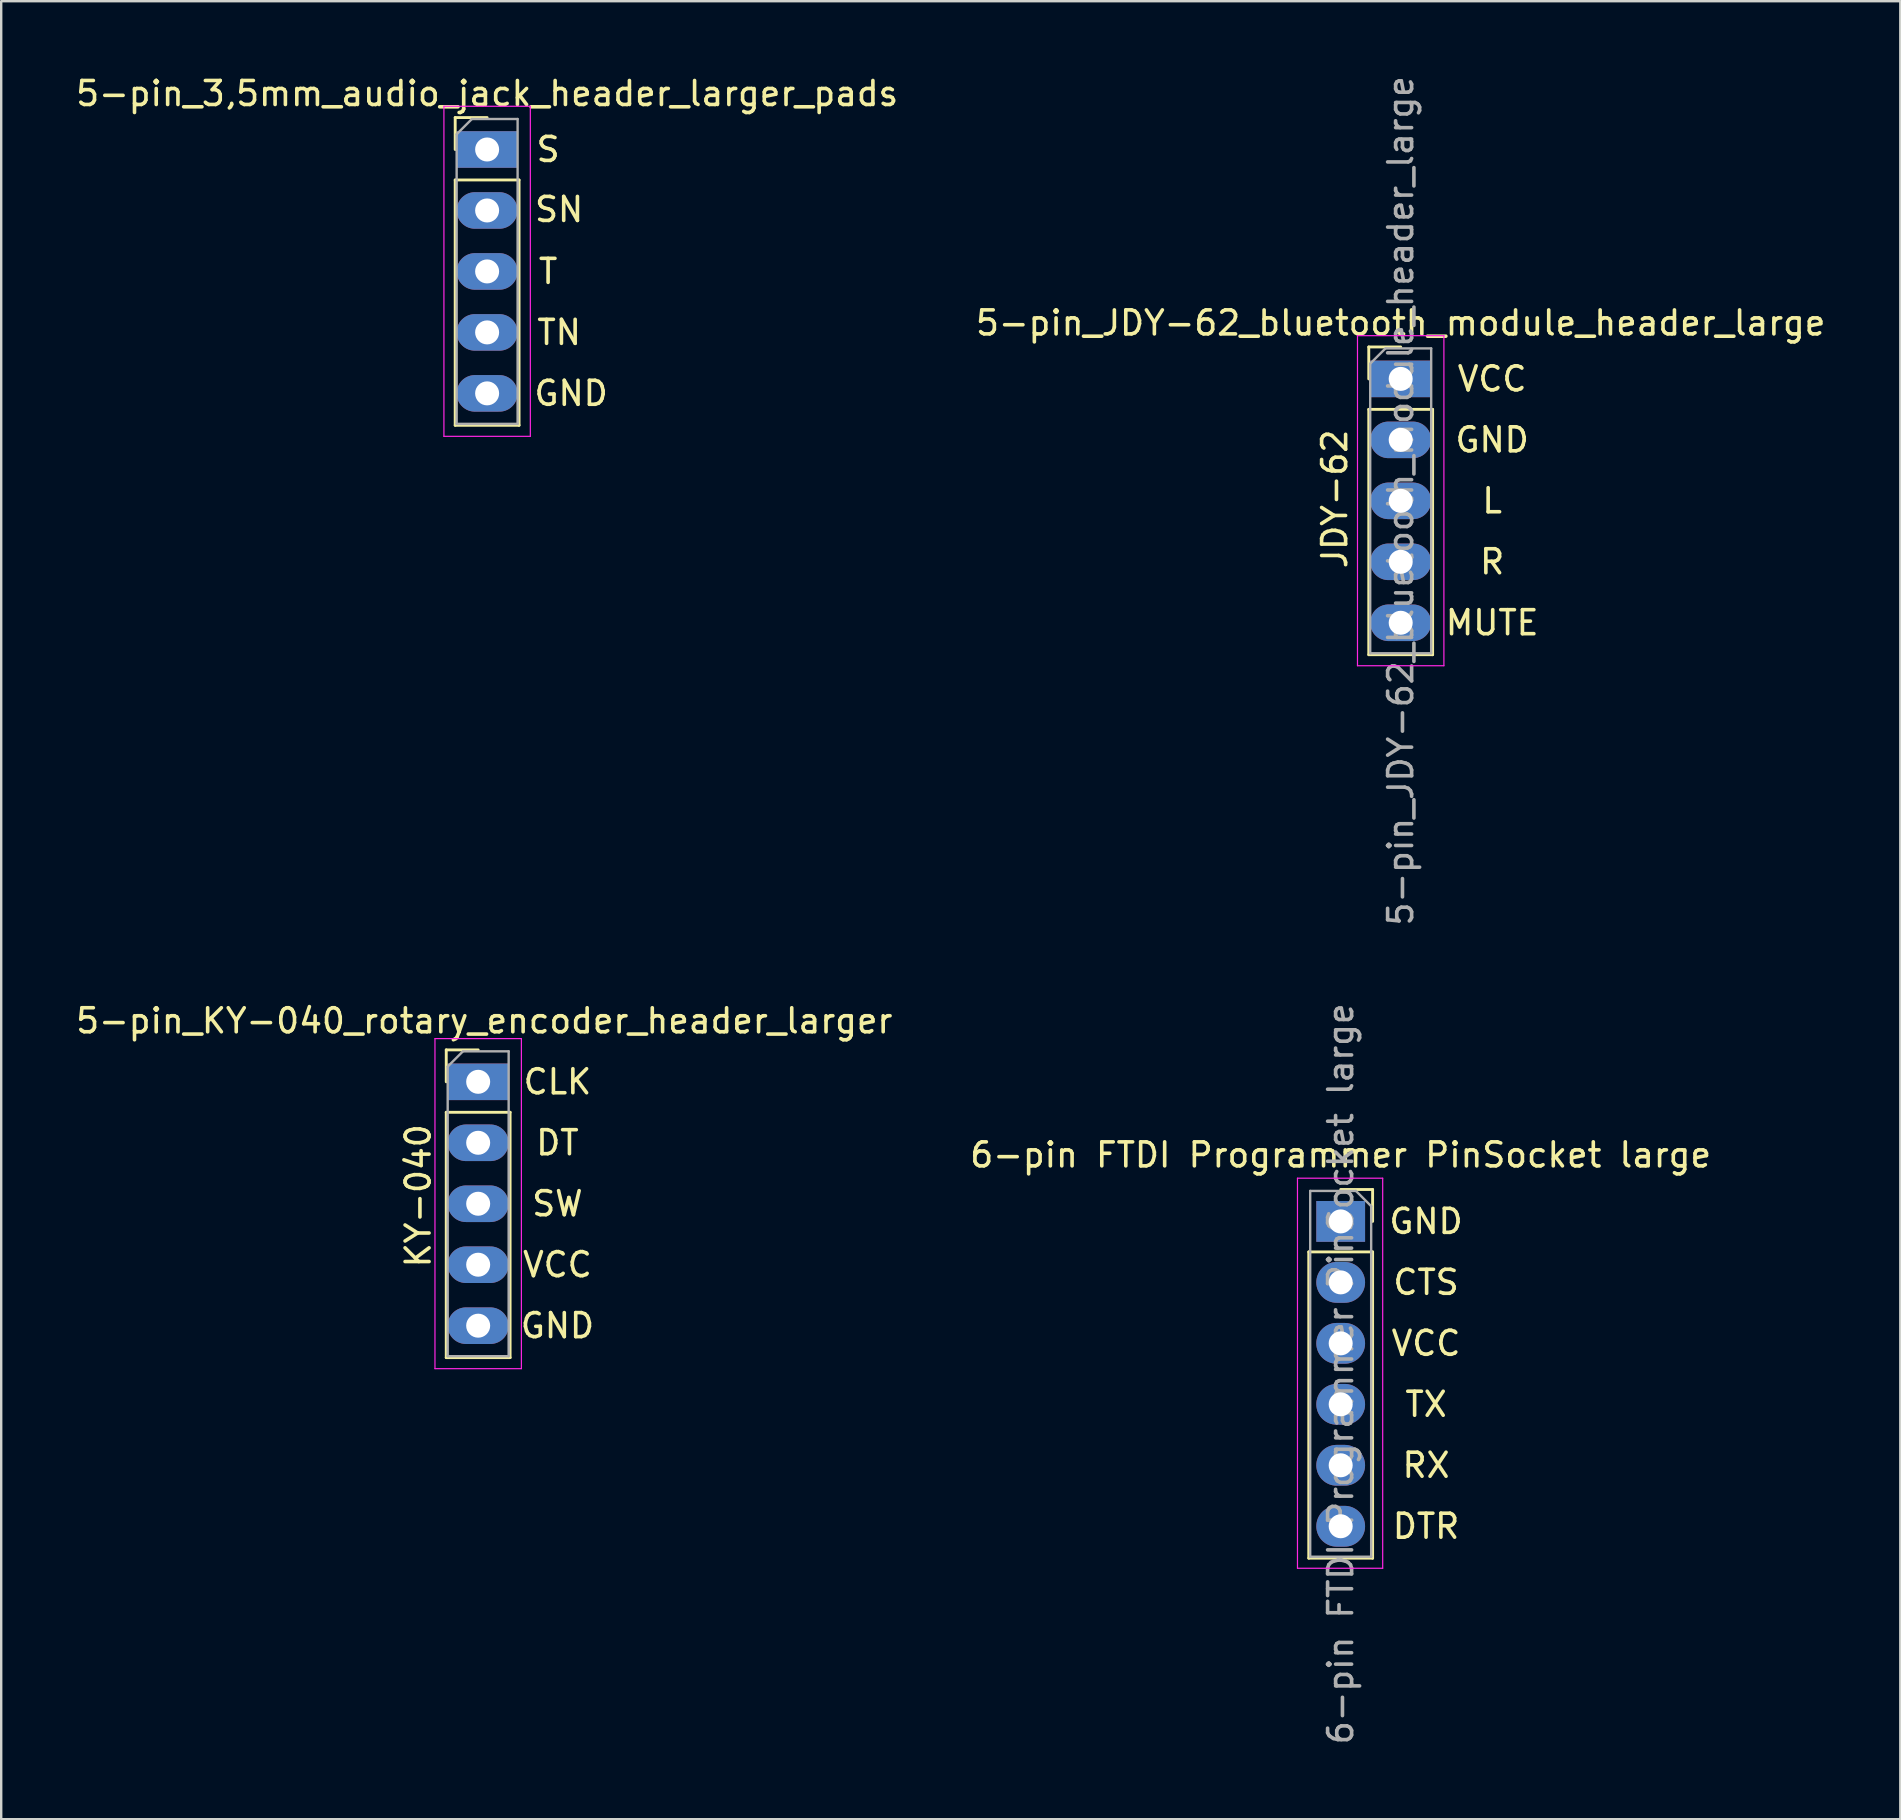
<source format=kicad_pcb>
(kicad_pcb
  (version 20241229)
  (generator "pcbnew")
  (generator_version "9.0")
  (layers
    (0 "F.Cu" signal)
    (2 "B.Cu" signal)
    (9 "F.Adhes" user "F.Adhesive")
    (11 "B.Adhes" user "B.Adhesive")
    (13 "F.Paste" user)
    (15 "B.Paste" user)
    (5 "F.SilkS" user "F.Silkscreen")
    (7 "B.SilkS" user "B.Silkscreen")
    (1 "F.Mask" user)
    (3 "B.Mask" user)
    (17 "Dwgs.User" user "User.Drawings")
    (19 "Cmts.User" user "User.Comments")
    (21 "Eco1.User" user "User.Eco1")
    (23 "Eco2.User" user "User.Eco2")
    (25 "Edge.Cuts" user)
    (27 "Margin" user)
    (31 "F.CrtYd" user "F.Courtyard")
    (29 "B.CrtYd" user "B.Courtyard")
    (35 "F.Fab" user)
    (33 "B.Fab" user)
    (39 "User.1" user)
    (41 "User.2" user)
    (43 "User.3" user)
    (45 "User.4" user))
  (footprint "5-pin_KY-040_rotary_encoder_header_larger"
    (layer "F.Cu")
    (at 16.871 42.019)
    (property "Reference" "5-pin_KY-040_rotary_encoder_header_larger" (at 0.254 -2.54 0) (layer "F.SilkS") (effects (font (size 1 1) (thickness 0.15))))
    (attr through_hole)
    (fp_line (start -1.33 -1.33) (end 0 -1.33) (stroke (width 0.12) (type solid)) (layer "F.SilkS"))
    (fp_line (start -1.33 0) (end -1.33 -1.33) (stroke (width 0.12) (type solid)) (layer "F.SilkS"))
    (fp_line (start -1.33 1.27) (end -1.33 11.49) (stroke (width 0.12) (type solid)) (layer "F.SilkS"))
    (fp_line (start -1.33 1.27) (end 1.33 1.27) (stroke (width 0.12) (type solid)) (layer "F.SilkS"))
    (fp_line (start -1.33 11.49) (end 1.33 11.49) (stroke (width 0.12) (type solid)) (layer "F.SilkS"))
    (fp_line (start 1.33 1.27) (end 1.33 11.49) (stroke (width 0.12) (type solid)) (layer "F.SilkS"))
    (fp_line (start -1.8 -1.8) (end -1.8 11.95) (stroke (width 0.05) (type solid)) (layer "F.CrtYd"))
    (fp_line (start -1.8 11.95) (end 1.8 11.95) (stroke (width 0.05) (type solid)) (layer "F.CrtYd"))
    (fp_line (start 1.8 -1.8) (end -1.8 -1.8) (stroke (width 0.05) (type solid)) (layer "F.CrtYd"))
    (fp_line (start 1.8 11.95) (end 1.8 -1.8) (stroke (width 0.05) (type solid)) (layer "F.CrtYd"))
    (fp_line (start -1.27 -0.635) (end -0.635 -1.27) (stroke (width 0.1) (type solid)) (layer "F.Fab"))
    (fp_line (start -1.27 11.43) (end -1.27 -0.635) (stroke (width 0.1) (type solid)) (layer "F.Fab"))
    (fp_line (start -0.635 -1.27) (end 1.27 -1.27) (stroke (width 0.1) (type solid)) (layer "F.Fab"))
    (fp_line (start 1.27 -1.27) (end 1.27 11.43) (stroke (width 0.1) (type solid)) (layer "F.Fab"))
    (fp_line (start 1.27 11.43) (end -1.27 11.43) (stroke (width 0.1) (type solid)) (layer "F.Fab"))
    (fp_text user "DT" (at 3.302 2.54 0) (layer "F.SilkS") (effects (font (size 1 1) (thickness 0.15))))
    (fp_text user "KY-040" (at -2.5 4.75 90) (layer "F.SilkS") (effects (font (size 1 1) (thickness 0.15))))
    (fp_text user "CLK" (at 3.302 0 0) (layer "F.SilkS") (effects (font (size 1 1) (thickness 0.15))))
    (fp_text user "GND" (at 3.302 10.16 0) (layer "F.SilkS") (effects (font (size 1 1) (thickness 0.15))))
    (fp_text user "VCC" (at 3.302 7.62 0) (layer "F.SilkS") (effects (font (size 1 1) (thickness 0.15))))
    (fp_text user "SW" (at 3.302 5.08 0) (layer "F.SilkS") (effects (font (size 1 1) (thickness 0.15))))
    (pad "1" thru_hole rect (at 0 0) (size 2.54 1.524) (drill 1) (layers "*.Cu" "*.Mask"))
    (pad "2" thru_hole oval (at 0 2.54) (size 2.54 1.524) (drill 1) (layers "*.Cu" "*.Mask"))
    (pad "3" thru_hole oval (at 0 5.08) (size 2.54 1.524) (drill 1) (layers "*.Cu" "*.Mask"))
    (pad "4" thru_hole oval (at 0 7.62) (size 2.54 1.524) (drill 1) (layers "*.Cu" "*.Mask"))
    (pad "5" thru_hole oval (at 0 10.16) (size 2.54 1.524) (drill 1) (layers "*.Cu" "*.Mask")))
  (footprint "5-pin_3,5mm_audio_jack_header_larger_pads"
    (layer "F.Cu")
    (at 17.244 3.178)
    (property "Reference" "5-pin_3,5mm_audio_jack_header_larger_pads" (at 0 -2.33 0) (layer "F.SilkS") (effects (font (size 1 1) (thickness 0.15))))
    (attr through_hole)
    (fp_line (start -1.33 -1.33) (end 0 -1.33) (stroke (width 0.12) (type solid)) (layer "F.SilkS"))
    (fp_line (start -1.33 0) (end -1.33 -1.33) (stroke (width 0.12) (type solid)) (layer "F.SilkS"))
    (fp_line (start -1.33 1.27) (end -1.33 11.49) (stroke (width 0.12) (type solid)) (layer "F.SilkS"))
    (fp_line (start -1.33 1.27) (end 1.33 1.27) (stroke (width 0.12) (type solid)) (layer "F.SilkS"))
    (fp_line (start -1.33 11.49) (end 1.33 11.49) (stroke (width 0.12) (type solid)) (layer "F.SilkS"))
    (fp_line (start 1.33 1.27) (end 1.33 11.49) (stroke (width 0.12) (type solid)) (layer "F.SilkS"))
    (fp_line (start -1.8 -1.8) (end -1.8 11.95) (stroke (width 0.05) (type solid)) (layer "F.CrtYd"))
    (fp_line (start -1.8 11.95) (end 1.8 11.95) (stroke (width 0.05) (type solid)) (layer "F.CrtYd"))
    (fp_line (start 1.8 -1.8) (end -1.8 -1.8) (stroke (width 0.05) (type solid)) (layer "F.CrtYd"))
    (fp_line (start 1.8 11.95) (end 1.8 -1.8) (stroke (width 0.05) (type solid)) (layer "F.CrtYd"))
    (fp_line (start -1.27 -0.635) (end -0.635 -1.27) (stroke (width 0.1) (type solid)) (layer "F.Fab"))
    (fp_line (start -1.27 11.43) (end -1.27 -0.635) (stroke (width 0.1) (type solid)) (layer "F.Fab"))
    (fp_line (start -0.635 -1.27) (end 1.27 -1.27) (stroke (width 0.1) (type solid)) (layer "F.Fab"))
    (fp_line (start 1.27 -1.27) (end 1.27 11.43) (stroke (width 0.1) (type solid)) (layer "F.Fab"))
    (fp_line (start 1.27 11.43) (end -1.27 11.43) (stroke (width 0.1) (type solid)) (layer "F.Fab"))
    (fp_text user "GND" (at 3.5 10.16 0) (layer "F.SilkS") (effects (font (size 1 1) (thickness 0.15))))
    (fp_text user "SN" (at 3 2.5 0) (layer "F.SilkS") (effects (font (size 1 1) (thickness 0.15))))
    (fp_text user "S" (at 2.54 0 0) (layer "F.SilkS") (effects (font (size 1 1) (thickness 0.15))))
    (fp_text user "TN" (at 3 7.62 0) (layer "F.SilkS") (effects (font (size 1 1) (thickness 0.15))))
    (fp_text user "T" (at 2.54 5.08 0) (layer "F.SilkS") (effects (font (size 1 1) (thickness 0.15))))
    (pad "1" thru_hole rect (at 0 0) (size 2.54 1.524) (drill 1) (layers "*.Cu" "*.Mask"))
    (pad "2" thru_hole oval (at 0 2.54) (size 2.54 1.524) (drill 1) (layers "*.Cu" "*.Mask"))
    (pad "3" thru_hole oval (at 0 5.08) (size 2.54 1.524) (drill 1) (layers "*.Cu" "*.Mask"))
    (pad "4" thru_hole oval (at 0 7.62) (size 2.54 1.524) (drill 1) (layers "*.Cu" "*.Mask"))
    (pad "5" thru_hole oval (at 0 10.16) (size 2.54 1.524) (drill 1) (layers "*.Cu" "*.Mask")))
  (footprint "5-pin_JDY-62_bluetooth_module_header_large"
    (layer "F.Cu")
    (at 55.304 12.735)
    (property "Reference" "5-pin_JDY-62_bluetooth_module_header_large" (at 0 -2.33 0) (layer "F.SilkS") (effects (font (size 1 1) (thickness 0.15))))
    (attr through_hole)
    (fp_line (start -1.33 -1.33) (end 0 -1.33) (stroke (width 0.12) (type solid)) (layer "F.SilkS"))
    (fp_line (start -1.33 0) (end -1.33 -1.33) (stroke (width 0.12) (type solid)) (layer "F.SilkS"))
    (fp_line (start -1.33 1.27) (end -1.33 11.49) (stroke (width 0.12) (type solid)) (layer "F.SilkS"))
    (fp_line (start -1.33 1.27) (end 1.33 1.27) (stroke (width 0.12) (type solid)) (layer "F.SilkS"))
    (fp_line (start -1.33 11.49) (end 1.33 11.49) (stroke (width 0.12) (type solid)) (layer "F.SilkS"))
    (fp_line (start 1.33 1.27) (end 1.33 11.49) (stroke (width 0.12) (type solid)) (layer "F.SilkS"))
    (fp_line (start -1.8 -1.8) (end -1.8 11.95) (stroke (width 0.05) (type solid)) (layer "F.CrtYd"))
    (fp_line (start -1.8 11.95) (end 1.8 11.95) (stroke (width 0.05) (type solid)) (layer "F.CrtYd"))
    (fp_line (start 1.8 -1.8) (end -1.8 -1.8) (stroke (width 0.05) (type solid)) (layer "F.CrtYd"))
    (fp_line (start 1.8 11.95) (end 1.8 -1.8) (stroke (width 0.05) (type solid)) (layer "F.CrtYd"))
    (fp_line (start -1.27 -0.635) (end -0.635 -1.27) (stroke (width 0.1) (type solid)) (layer "F.Fab"))
    (fp_line (start -1.27 11.43) (end -1.27 -0.635) (stroke (width 0.1) (type solid)) (layer "F.Fab"))
    (fp_line (start -0.635 -1.27) (end 1.27 -1.27) (stroke (width 0.1) (type solid)) (layer "F.Fab"))
    (fp_line (start 1.27 -1.27) (end 1.27 11.43) (stroke (width 0.1) (type solid)) (layer "F.Fab"))
    (fp_line (start 1.27 11.43) (end -1.27 11.43) (stroke (width 0.1) (type solid)) (layer "F.Fab"))
    (fp_text user "R" (at 3.81 7.62 0) (layer "F.SilkS") (effects (font (size 1 1) (thickness 0.15))))
    (fp_text user "JDY-62" (at -2.75 5 90) (layer "F.SilkS") (effects (font (size 1 1) (thickness 0.15))))
    (fp_text user "MUTE" (at 3.81 10.16 0) (layer "F.SilkS") (effects (font (size 1 1) (thickness 0.15))))
    (fp_text user "VCC" (at 3.81 0 0) (layer "F.SilkS") (effects (font (size 1 1) (thickness 0.15))))
    (fp_text user "L" (at 3.81 5.08 0) (layer "F.SilkS") (effects (font (size 1 1) (thickness 0.15))))
    (fp_text user "GND" (at 3.81 2.54 0) (layer "F.SilkS") (effects (font (size 1 1) (thickness 0.15))))
    (fp_text user "${REFERENCE}" (at 0 5.08 90) (layer "F.Fab") (effects (font (size 1 1) (thickness 0.15))))
    (pad "1" thru_hole rect (at 0 0) (size 2.54 1.524) (drill 1) (layers "*.Cu" "*.Mask"))
    (pad "2" thru_hole oval (at 0 2.54) (size 2.54 1.524) (drill 1) (layers "*.Cu" "*.Mask"))
    (pad "3" thru_hole oval (at 0 5.08) (size 2.54 1.524) (drill 1) (layers "*.Cu" "*.Mask"))
    (pad "4" thru_hole oval (at 0 7.62) (size 2.54 1.524) (drill 1) (layers "*.Cu" "*.Mask"))
    (pad "5" thru_hole oval (at 0 10.16) (size 2.54 1.524) (drill 1) (layers "*.Cu" "*.Mask")))
  (footprint "6-pin FTDI Programmer PinSocket large"
    (layer "F.Cu")
    (at 52.804 47.835)
    (property "Reference" "6-pin FTDI Programmer PinSocket large" (at 0 -2.77 0) (layer "F.SilkS") (effects (font (size 1 1) (thickness 0.15))))
    (attr through_hole)
    (fp_line (start -1.33 1.27) (end -1.33 14.03) (stroke (width 0.12) (type solid)) (layer "F.SilkS"))
    (fp_line (start -1.33 1.27) (end 1.33 1.27) (stroke (width 0.12) (type solid)) (layer "F.SilkS"))
    (fp_line (start -1.33 14.03) (end 1.33 14.03) (stroke (width 0.12) (type solid)) (layer "F.SilkS"))
    (fp_line (start 0 -1.33) (end 1.33 -1.33) (stroke (width 0.12) (type solid)) (layer "F.SilkS"))
    (fp_line (start 1.33 -1.33) (end 1.33 0) (stroke (width 0.12) (type solid)) (layer "F.SilkS"))
    (fp_line (start 1.33 1.27) (end 1.33 14.03) (stroke (width 0.12) (type solid)) (layer "F.SilkS"))
    (fp_line (start -1.8 -1.8) (end 1.75 -1.8) (stroke (width 0.05) (type solid)) (layer "F.CrtYd"))
    (fp_line (start -1.8 14.45) (end -1.8 -1.8) (stroke (width 0.05) (type solid)) (layer "F.CrtYd"))
    (fp_line (start 1.75 -1.8) (end 1.75 14.45) (stroke (width 0.05) (type solid)) (layer "F.CrtYd"))
    (fp_line (start 1.75 14.45) (end -1.8 14.45) (stroke (width 0.05) (type solid)) (layer "F.CrtYd"))
    (fp_line (start -1.27 -1.27) (end 0.635 -1.27) (stroke (width 0.1) (type solid)) (layer "F.Fab"))
    (fp_line (start -1.27 13.97) (end -1.27 -1.27) (stroke (width 0.1) (type solid)) (layer "F.Fab"))
    (fp_line (start 0.635 -1.27) (end 1.27 -0.635) (stroke (width 0.1) (type solid)) (layer "F.Fab"))
    (fp_line (start 1.27 -0.635) (end 1.27 13.97) (stroke (width 0.1) (type solid)) (layer "F.Fab"))
    (fp_line (start 1.27 13.97) (end -1.27 13.97) (stroke (width 0.1) (type solid)) (layer "F.Fab"))
    (fp_text user "CTS" (at 3.556 2.54 0) (unlocked yes) (layer "F.SilkS") (effects (font (size 1 1) (thickness 0.15))))
    (fp_text user "TX" (at 3.556 7.62 0) (unlocked yes) (layer "F.SilkS") (effects (font (size 1 1) (thickness 0.15))))
    (fp_text user "GND" (at 3.556 0 0) (unlocked yes) (layer "F.SilkS") (effects (font (size 1 1) (thickness 0.15))))
    (fp_text user "VCC" (at 3.556 5.08 0) (unlocked yes) (layer "F.SilkS") (effects (font (size 1 1) (thickness 0.15))))
    (fp_text user "RX" (at 3.556 10.16 0) (unlocked yes) (layer "F.SilkS") (effects (font (size 1 1) (thickness 0.15))))
    (fp_text user "DTR" (at 3.556 12.7 0) (unlocked yes) (layer "F.SilkS") (effects (font (size 1 1) (thickness 0.15))))
    (fp_text user "${REFERENCE}" (at 0 6.35 90) (layer "F.Fab") (effects (font (size 1 1) (thickness 0.15))))
    (pad "1" thru_hole rect (at 0 0) (size 2.032 1.7) (drill 1) (layers "*.Cu" "*.Mask"))
    (pad "2" thru_hole oval (at 0 2.54) (size 2.032 1.7) (drill 1) (layers "*.Cu" "*.Mask"))
    (pad "3" thru_hole oval (at 0 5.08) (size 2.032 1.7) (drill 1) (layers "*.Cu" "*.Mask"))
    (pad "4" thru_hole oval (at 0 7.62) (size 2.032 1.7) (drill 1) (layers "*.Cu" "*.Mask"))
    (pad "5" thru_hole oval (at 0 10.16) (size 2.032 1.7) (drill 1) (layers "*.Cu" "*.Mask"))
    (pad "6" thru_hole oval (at 0 12.7) (size 2.032 1.7) (drill 1) (layers "*.Cu" "*.Mask")))
  (gr_rect
    (start -3 -3)
    (end 76.119 72.738)
    (stroke (width 0.1) (type default))
    (fill no)
    (layer "Edge.Cuts")))
</source>
